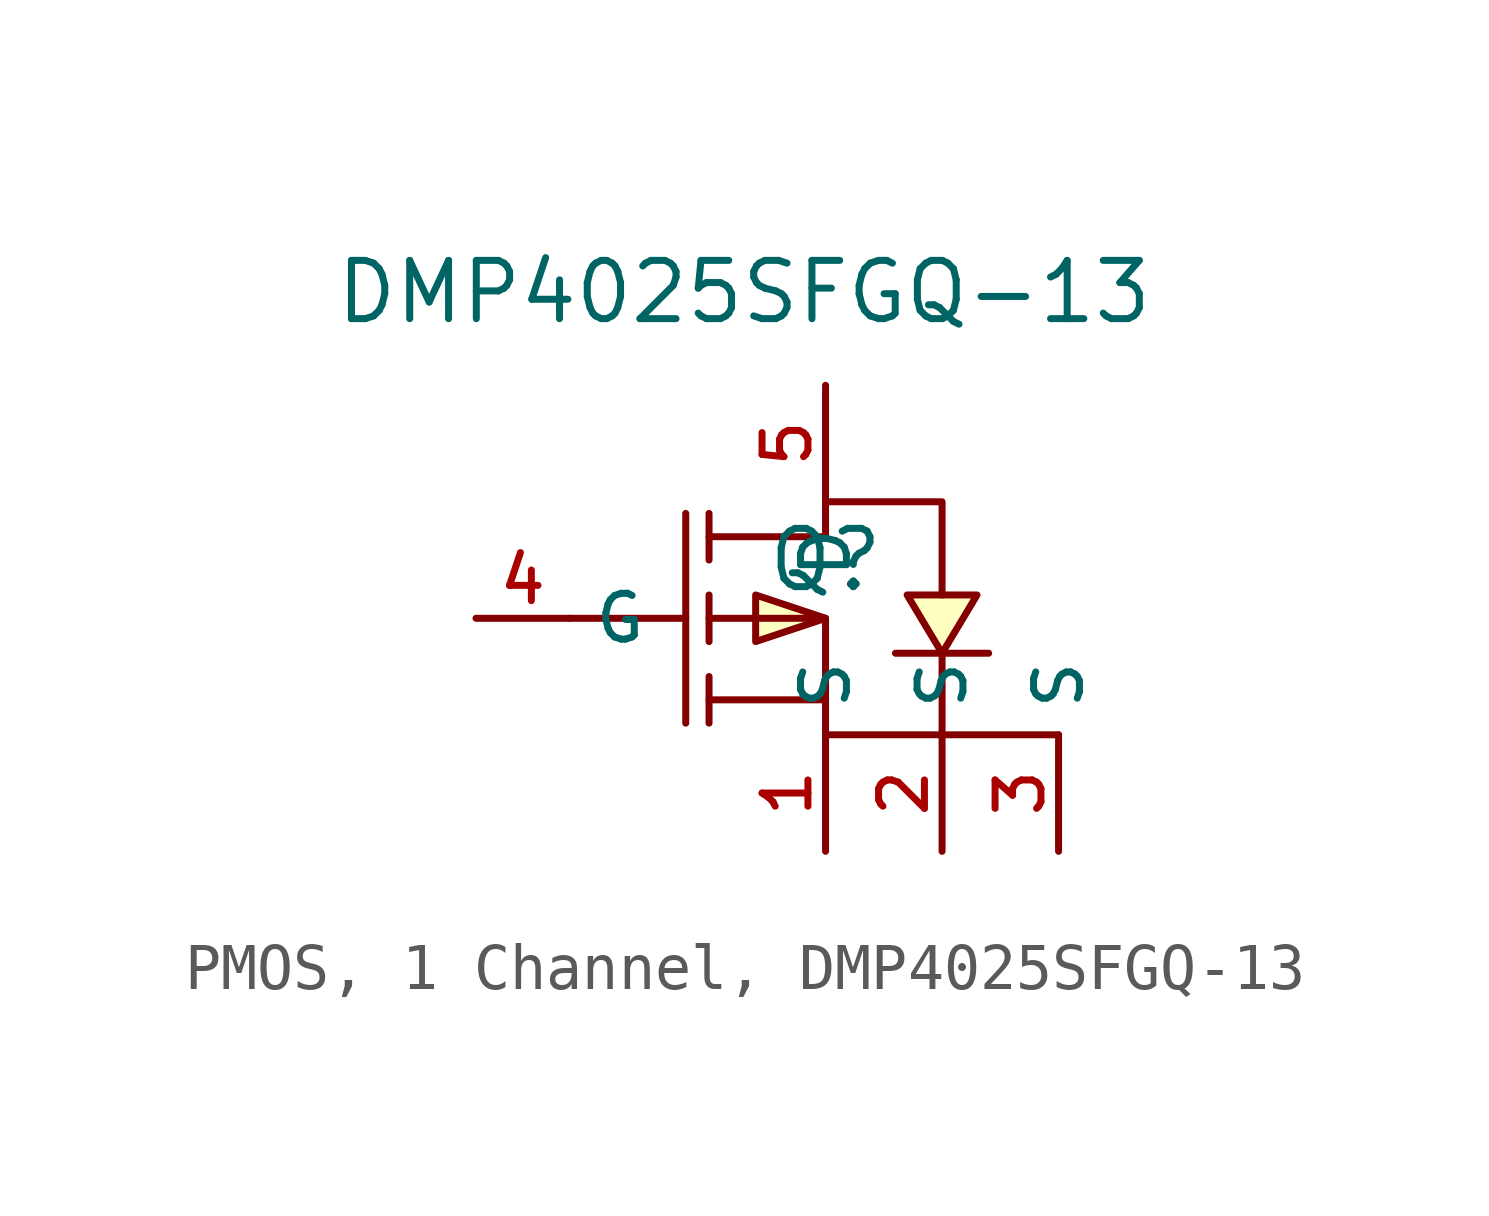
<source format=kicad_sym>
(kicad_symbol_lib
  (version 20231120)
  (generator "CDFER_Archive_Tool")
  (generator_version "0.0")
  (symbol "PMOS, 1 Channel, DMP4025SFGQ-13"
    (property "Reference" "Q"
      (at 0 1.27 0)
      (effects (font (size 1.27 1.27))))
    (property "Value" "DMP4025SFGQ-13"
      (at -1.778 7.112 0)
      (effects (font (size 1.27 1.27))))
    (symbol "PMOS, 1 Channel, DMP4025SFGQ-13_0_1"
      (polyline (pts (xy -5.588 0) (xy -3.048 0)) (stroke (width 0) (type default)) (fill (type none)))
      (polyline (pts (xy -3.048 2.286) (xy -3.048 -2.286)) (stroke (width 0) (type default)) (fill (type none)))
      (polyline (pts (xy -2.54 -2.286) (xy -2.54 -1.27)) (stroke (width 0) (type default)) (fill (type none)))
      (polyline (pts (xy -2.54 -0.508) (xy -2.54 0.508)) (stroke (width 0) (type default)) (fill (type none)))
      (polyline (pts (xy -2.54 2.286) (xy -2.54 1.27)) (stroke (width 0) (type default)) (fill (type none)))
      (polyline (pts (xy 0 -1.778) (xy -2.54 -1.778)) (stroke (width 0) (type default)) (fill (type none)))
      (polyline (pts (xy 0 0) (xy -1.524 -0.508) (xy -1.524 0.508) (xy 0 0)) (stroke (width 0) (type default)) (fill (type background)))
      (polyline (pts (xy 2.54 -0.762) (xy 1.778 0.508) (xy 3.302 0.508) (xy 2.54 -0.762)) (stroke (width 0) (type default)) (fill (type background)))
      (polyline (pts (xy 3.556 -0.762) (xy 3.048 -0.762) (xy 2.032 -0.762) (xy 1.524 -0.762)) (stroke (width 0) (type default)) (fill (type none)))
      (polyline (pts (xy -2.54 1.778) (xy 0 1.778) (xy 0 2.54) (xy 2.54 2.54) (xy 2.54 0.508)) (stroke (width 0) (type default)) (fill (type none)))
      (polyline (pts (xy -2.54 0) (xy 0 0) (xy 0 -2.54) (xy 5.08 -2.54) (xy 2.54 -2.54) (xy 2.54 -0.762)) (stroke (width 0) (type default)) (fill (type none)))
      (pin unspecified line (at 0 -5.08 90) (length 2.54) (name "S" (effects (font (size 1 1)))) (number "1" (effects (font (size 1 1)))))
      (pin unspecified line (at 2.54 -5.08 90) (length 2.54) (name "S" (effects (font (size 1 1)))) (number "2" (effects (font (size 1 1)))))
      (pin unspecified line (at 5.08 -5.08 90) (length 2.54) (name "S" (effects (font (size 1 1)))) (number "3" (effects (font (size 1 1)))))
      (pin unspecified line (at -7.62 0 0) (length 2.032) (name "G" (effects (font (size 1 1)))) (number "4" (effects (font (size 1 1)))))
      (pin unspecified line (at 0 5.08 270) (length 2.54) (name "D" (effects (font (size 1 1)))) (number "5" (effects (font (size 1 1))))))))
</source>
